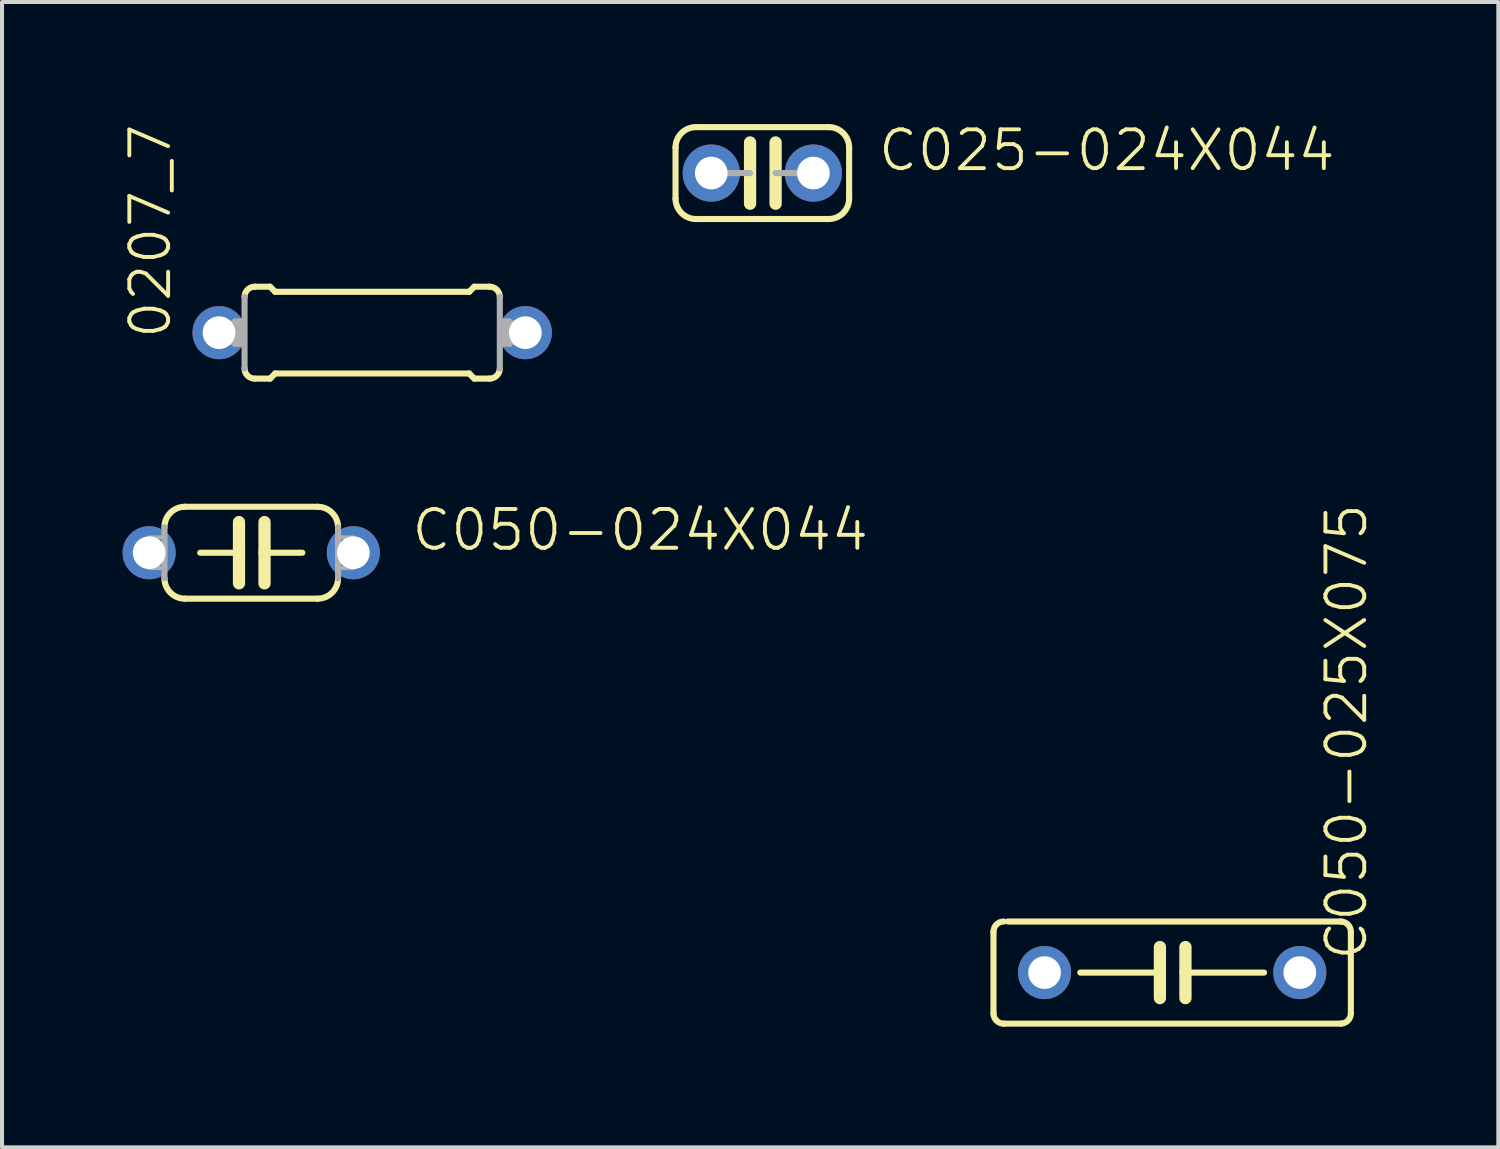
<source format=kicad_pcb>
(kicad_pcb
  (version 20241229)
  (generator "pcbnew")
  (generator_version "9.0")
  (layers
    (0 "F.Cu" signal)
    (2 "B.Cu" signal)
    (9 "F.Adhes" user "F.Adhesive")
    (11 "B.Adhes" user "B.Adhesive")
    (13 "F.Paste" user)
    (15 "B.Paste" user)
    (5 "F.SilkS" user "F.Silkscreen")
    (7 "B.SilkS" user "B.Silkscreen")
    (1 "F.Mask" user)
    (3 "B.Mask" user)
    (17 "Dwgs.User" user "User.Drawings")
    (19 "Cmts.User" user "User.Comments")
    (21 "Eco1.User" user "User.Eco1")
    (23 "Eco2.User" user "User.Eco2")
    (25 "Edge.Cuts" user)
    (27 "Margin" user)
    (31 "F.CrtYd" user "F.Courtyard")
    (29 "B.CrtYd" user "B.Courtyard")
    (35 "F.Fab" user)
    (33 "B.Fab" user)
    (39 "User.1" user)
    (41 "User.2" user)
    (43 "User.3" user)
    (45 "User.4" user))
  (footprint "C050-024X044"
    (layer "F.Cu")
    (at 3.2 10.699)
    (property "Reference" "C050-024X044" (at 3.937 0 0) (layer "F.SilkS") (effects (font (size 0.965 0.965) (thickness 0.097)) (justify left bottom)))
    (attr through_hole)
    (fp_line (start -1.27 0) (end -0.305 0) (stroke (width 0.152) (type solid)) (layer "F.SilkS"))
    (fp_line (start -0.305 -0.762) (end -0.305 0) (stroke (width 0.305) (type solid)) (layer "F.SilkS"))
    (fp_line (start -0.305 0) (end -0.305 0.762) (stroke (width 0.305) (type solid)) (layer "F.SilkS"))
    (fp_line (start 0.33 -0.762) (end 0.33 0) (stroke (width 0.305) (type solid)) (layer "F.SilkS"))
    (fp_line (start 0.33 0) (end 0.33 0.762) (stroke (width 0.305) (type solid)) (layer "F.SilkS"))
    (fp_line (start 1.27 0) (end 0.33 0) (stroke (width 0.152) (type solid)) (layer "F.SilkS"))
    (fp_line (start 1.651 -1.143) (end -1.651 -1.143) (stroke (width 0.152) (type solid)) (layer "F.SilkS"))
    (fp_line (start 1.651 1.143) (end -1.651 1.143) (stroke (width 0.152) (type solid)) (layer "F.SilkS"))
    (fp_arc (start -2.159 -0.635) (mid -2.01021 -0.99421) (end -1.651 -1.143) (stroke (width 0.1524) (type solid)) (layer "F.SilkS"))
    (fp_arc (start -1.651 1.143) (mid -2.01021 0.99421) (end -2.159 0.635) (stroke (width 0.1524) (type solid)) (layer "F.SilkS"))
    (fp_arc (start 1.651 -1.143) (mid 2.01021 -0.99421) (end 2.159 -0.635) (stroke (width 0.1524) (type solid)) (layer "F.SilkS"))
    (fp_arc (start 2.159 0.635) (mid 2.01021 0.99421) (end 1.651 1.143) (stroke (width 0.1524) (type solid)) (layer "F.SilkS"))
    (fp_line (start -2.159 0.635) (end -2.159 -0.635) (stroke (width 0.152) (type solid)) (layer "F.Fab"))
    (fp_line (start 2.159 0.635) (end 2.159 -0.635) (stroke (width 0.152) (type solid)) (layer "F.Fab"))
    (fp_poly (pts (xy -2.54 0.381) (xy -2.159 0.381) (xy -2.159 -0.381) (xy -2.54 -0.381)) (stroke (width 0.1) (type solid)) (fill no) (layer "F.Fab"))
    (fp_poly (pts (xy 2.159 0.381) (xy 2.54 0.381) (xy 2.54 -0.381) (xy 2.159 -0.381)) (stroke (width 0.1) (type solid)) (fill no) (layer "F.Fab"))
    (pad "1" thru_hole circle (at -2.54 0) (size 1.321 1.321) (drill 0.813) (layers "*.Cu" "*.Mask"))
    (pad "2" thru_hole circle (at 2.54 0) (size 1.321 1.321) (drill 0.813) (layers "*.Cu" "*.Mask")))
  (footprint "0207_7"
    (layer "F.Cu")
    (at 6.208 5.225)
    (property "Reference" "0207_7" (at -4.953 0.203 270) (layer "F.SilkS") (effects (font (size 0.965 0.965) (thickness 0.097)) (justify left bottom)))
    (attr through_hole)
    (fp_line (start -2.921 -1.143) (end -2.54 -1.143) (stroke (width 0.152) (type solid)) (layer "F.SilkS"))
    (fp_line (start -2.921 1.143) (end -2.54 1.143) (stroke (width 0.152) (type solid)) (layer "F.SilkS"))
    (fp_line (start -2.413 -1.016) (end -2.54 -1.143) (stroke (width 0.152) (type solid)) (layer "F.SilkS"))
    (fp_line (start -2.413 1.016) (end -2.54 1.143) (stroke (width 0.152) (type solid)) (layer "F.SilkS"))
    (fp_line (start 2.413 -1.016) (end -2.413 -1.016) (stroke (width 0.152) (type solid)) (layer "F.SilkS"))
    (fp_line (start 2.413 -1.016) (end 2.54 -1.143) (stroke (width 0.152) (type solid)) (layer "F.SilkS"))
    (fp_line (start 2.413 1.016) (end -2.413 1.016) (stroke (width 0.152) (type solid)) (layer "F.SilkS"))
    (fp_line (start 2.413 1.016) (end 2.54 1.143) (stroke (width 0.152) (type solid)) (layer "F.SilkS"))
    (fp_line (start 2.921 -1.143) (end 2.54 -1.143) (stroke (width 0.152) (type solid)) (layer "F.SilkS"))
    (fp_line (start 2.921 1.143) (end 2.54 1.143) (stroke (width 0.152) (type solid)) (layer "F.SilkS"))
    (fp_arc (start -3.175 -0.889) (mid -3.100605 -1.068605) (end -2.921 -1.143) (stroke (width 0.1524) (type solid)) (layer "F.SilkS"))
    (fp_arc (start -2.921 1.143) (mid -3.100605 1.068605) (end -3.175 0.889) (stroke (width 0.1524) (type solid)) (layer "F.SilkS"))
    (fp_arc (start 2.921 -1.143) (mid 3.100605 -1.068605) (end 3.175 -0.889) (stroke (width 0.1524) (type solid)) (layer "F.SilkS"))
    (fp_arc (start 3.175 0.889) (mid 3.100605 1.068605) (end 2.921 1.143) (stroke (width 0.1524) (type solid)) (layer "F.SilkS"))
    (fp_line (start -3.81 0) (end -3.429 0) (stroke (width 0.61) (type solid)) (layer "F.Fab"))
    (fp_line (start -3.175 0.889) (end -3.175 -0.889) (stroke (width 0.152) (type solid)) (layer "F.Fab"))
    (fp_line (start 3.175 0.889) (end 3.175 -0.889) (stroke (width 0.152) (type solid)) (layer "F.Fab"))
    (fp_line (start 3.429 0) (end 3.81 0) (stroke (width 0.61) (type solid)) (layer "F.Fab"))
    (fp_poly (pts (xy -3.429 0.305) (xy -3.175 0.305) (xy -3.175 -0.305) (xy -3.429 -0.305)) (stroke (width 0.1) (type solid)) (fill no) (layer "F.Fab"))
    (fp_poly (pts (xy 3.175 0.305) (xy 3.429 0.305) (xy 3.429 -0.305) (xy 3.175 -0.305)) (stroke (width 0.1) (type solid)) (fill no) (layer "F.Fab"))
    (pad "1" thru_hole circle (at -3.81 0) (size 1.321 1.321) (drill 0.813) (layers "*.Cu" "*.Mask"))
    (pad "2" thru_hole circle (at 3.81 0) (size 1.321 1.321) (drill 0.813) (layers "*.Cu" "*.Mask")))
  (footprint "C025-024X044"
    (layer "F.Cu")
    (at 15.913 1.255)
    (property "Reference" "C025-024X044" (at 2.829 0 0) (layer "F.SilkS") (effects (font (size 0.965 0.965) (thickness 0.097)) (justify left bottom)))
    (attr through_hole)
    (fp_line (start -2.159 0.635) (end -2.159 -0.635) (stroke (width 0.152) (type solid)) (layer "F.SilkS"))
    (fp_line (start -0.305 -0.762) (end -0.305 0.762) (stroke (width 0.305) (type solid)) (layer "F.SilkS"))
    (fp_line (start 0.33 -0.762) (end 0.33 0.762) (stroke (width 0.305) (type solid)) (layer "F.SilkS"))
    (fp_line (start 1.651 -1.143) (end -1.651 -1.143) (stroke (width 0.152) (type solid)) (layer "F.SilkS"))
    (fp_line (start 1.651 1.143) (end -1.651 1.143) (stroke (width 0.152) (type solid)) (layer "F.SilkS"))
    (fp_line (start 2.159 0.635) (end 2.159 -0.635) (stroke (width 0.152) (type solid)) (layer "F.SilkS"))
    (fp_arc (start -2.159 -0.635) (mid -2.01021 -0.99421) (end -1.651 -1.143) (stroke (width 0.1524) (type solid)) (layer "F.SilkS"))
    (fp_arc (start -1.651 1.143) (mid -2.01021 0.99421) (end -2.159 0.635) (stroke (width 0.1524) (type solid)) (layer "F.SilkS"))
    (fp_arc (start 1.651 -1.143) (mid 2.01021 -0.99421) (end 2.159 -0.635) (stroke (width 0.1524) (type solid)) (layer "F.SilkS"))
    (fp_arc (start 2.159 0.635) (mid 2.01021 0.99421) (end 1.651 1.143) (stroke (width 0.1524) (type solid)) (layer "F.SilkS"))
    (fp_line (start -1.27 0) (end -0.305 0) (stroke (width 0.152) (type solid)) (layer "F.Fab"))
    (fp_line (start 1.27 0) (end 0.33 0) (stroke (width 0.152) (type solid)) (layer "F.Fab"))
    (pad "1" thru_hole circle (at -1.27 0) (size 1.422 1.422) (drill 0.813) (layers "*.Cu" "*.Mask"))
    (pad "2" thru_hole circle (at 1.27 0) (size 1.422 1.422) (drill 0.813) (layers "*.Cu" "*.Mask")))
  (footprint "C050-025X075"
    (layer "F.Cu")
    (at 26.108 21.143)
    (property "Reference" "C050-025X075" (at 4.9 -0.25 90) (layer "F.SilkS") (effects (font (size 0.965 0.965) (thickness 0.097)) (justify left bottom)))
    (attr through_hole)
    (fp_line (start -4.445 -1.016) (end -4.445 1.016) (stroke (width 0.152) (type solid)) (layer "F.SilkS"))
    (fp_line (start -4.191 1.27) (end 4.191 1.27) (stroke (width 0.152) (type solid)) (layer "F.SilkS"))
    (fp_line (start -0.305 -0.635) (end -0.305 0) (stroke (width 0.305) (type solid)) (layer "F.SilkS"))
    (fp_line (start -0.305 0) (end -2.286 0) (stroke (width 0.152) (type solid)) (layer "F.SilkS"))
    (fp_line (start -0.305 0) (end -0.305 0.635) (stroke (width 0.305) (type solid)) (layer "F.SilkS"))
    (fp_line (start 0.33 -0.635) (end 0.33 0) (stroke (width 0.305) (type solid)) (layer "F.SilkS"))
    (fp_line (start 0.33 0) (end 0.33 0.635) (stroke (width 0.305) (type solid)) (layer "F.SilkS"))
    (fp_line (start 0.33 0) (end 2.286 0) (stroke (width 0.152) (type solid)) (layer "F.SilkS"))
    (fp_line (start 4.191 -1.27) (end -4.089 -1.27) (stroke (width 0.152) (type solid)) (layer "F.SilkS"))
    (fp_line (start 4.445 1.016) (end 4.445 -1.016) (stroke (width 0.152) (type solid)) (layer "F.SilkS"))
    (fp_arc (start -4.445 -1.016) (mid -4.370605 -1.195605) (end -4.191 -1.27) (stroke (width 0.1524) (type solid)) (layer "F.SilkS"))
    (fp_arc (start -4.191 1.27) (mid -4.370605 1.195605) (end -4.445 1.016) (stroke (width 0.1524) (type solid)) (layer "F.SilkS"))
    (fp_arc (start 4.191 -1.27) (mid 4.370605 -1.195605) (end 4.445 -1.016) (stroke (width 0.1524) (type solid)) (layer "F.SilkS"))
    (fp_arc (start 4.445 1.016) (mid 4.370605 1.195605) (end 4.191 1.27) (stroke (width 0.1524) (type solid)) (layer "F.SilkS"))
    (pad "1" thru_hole circle (at -3.175 0) (size 1.321 1.321) (drill 0.813) (layers "*.Cu" "*.Mask"))
    (pad "2" thru_hole circle (at 3.175 0) (size 1.321 1.321) (drill 0.813) (layers "*.Cu" "*.Mask")))
  (gr_rect
    (start -3 -3)
    (end 34.221 25.49)
    (stroke (width 0.1) (type default))
    (fill no)
    (layer "Edge.Cuts")))
</source>
